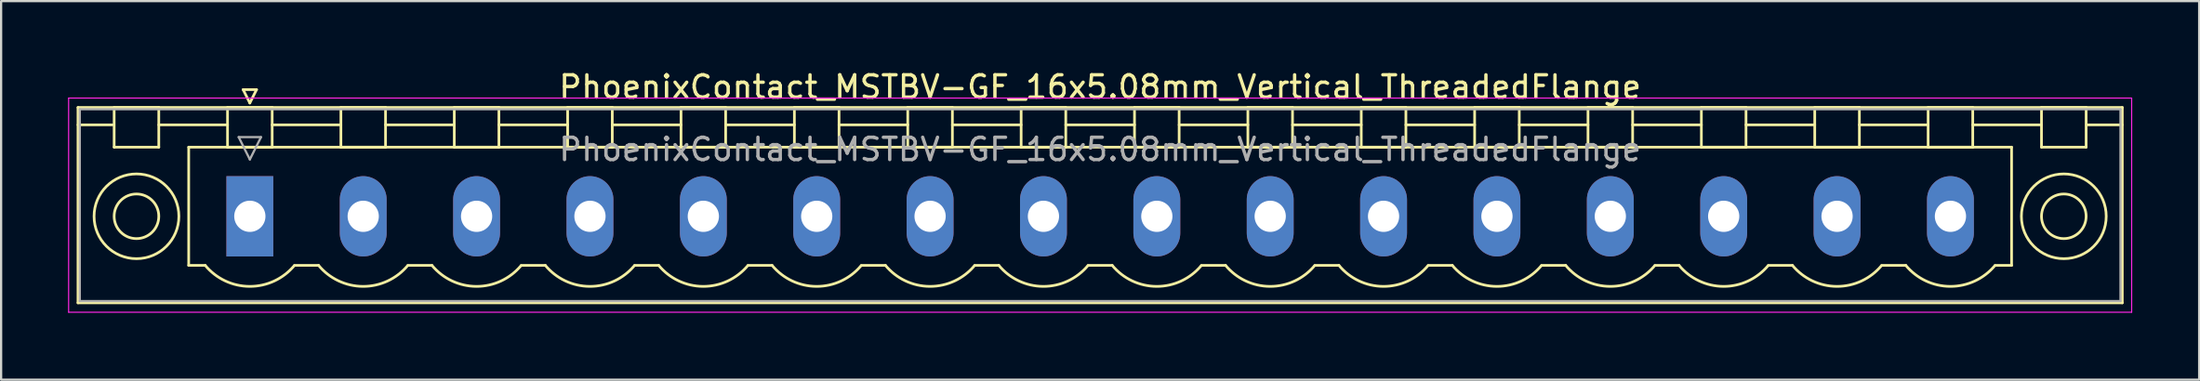
<source format=kicad_pcb>
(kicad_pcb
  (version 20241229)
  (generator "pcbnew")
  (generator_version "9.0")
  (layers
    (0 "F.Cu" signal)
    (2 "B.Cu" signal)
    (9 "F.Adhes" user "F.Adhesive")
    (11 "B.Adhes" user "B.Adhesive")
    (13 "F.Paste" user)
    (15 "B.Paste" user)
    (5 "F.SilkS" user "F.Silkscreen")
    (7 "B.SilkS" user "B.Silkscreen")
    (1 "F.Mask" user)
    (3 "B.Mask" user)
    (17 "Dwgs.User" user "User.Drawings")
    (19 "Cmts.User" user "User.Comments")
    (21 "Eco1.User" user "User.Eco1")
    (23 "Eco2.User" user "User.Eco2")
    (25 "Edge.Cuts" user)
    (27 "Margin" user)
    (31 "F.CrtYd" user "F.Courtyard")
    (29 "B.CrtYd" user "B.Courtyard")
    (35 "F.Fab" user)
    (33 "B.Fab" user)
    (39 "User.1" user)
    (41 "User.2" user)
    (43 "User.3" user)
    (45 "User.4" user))
  (footprint "PhoenixContact_MSTBV-GF_16x5.08mm_Vertical_ThreadedFlange"
    (layer "F.Cu")
    (at 8.145 6.648)
    (property "Reference" "PhoenixContact_MSTBV-GF_16x5.08mm_Vertical_ThreadedFlange" (at 38.1 -5.8 0) (layer "F.SilkS") (effects (font (size 1 1) (thickness 0.15))))
    (attr through_hole)
    (fp_line (start -7.7 -4.88) (end -7.7 3.88) (stroke (width 0.12) (type solid)) (layer "F.SilkS"))
    (fp_line (start -7.7 -4.1) (end -6.16 -4.1) (stroke (width 0.12) (type solid)) (layer "F.SilkS"))
    (fp_line (start -7.7 3.88) (end 83.9 3.88) (stroke (width 0.12) (type solid)) (layer "F.SilkS"))
    (fp_line (start -6.08 -4.88) (end -4.08 -4.88) (stroke (width 0.12) (type solid)) (layer "F.SilkS"))
    (fp_line (start -6.08 -3.1) (end -6.08 -4.88) (stroke (width 0.12) (type solid)) (layer "F.SilkS"))
    (fp_line (start -4.08 -4.88) (end -4.08 -3.1) (stroke (width 0.12) (type solid)) (layer "F.SilkS"))
    (fp_line (start -4.08 -4.1) (end -1 -4.1) (stroke (width 0.12) (type solid)) (layer "F.SilkS"))
    (fp_line (start -4.08 -3.1) (end -6.08 -3.1) (stroke (width 0.12) (type solid)) (layer "F.SilkS"))
    (fp_line (start -2.74 -3.1) (end 78.94 -3.1) (stroke (width 0.12) (type solid)) (layer "F.SilkS"))
    (fp_line (start -2.74 2.2) (end -2.74 -3.1) (stroke (width 0.12) (type solid)) (layer "F.SilkS"))
    (fp_line (start -2 2.2) (end -2.74 2.2) (stroke (width 0.12) (type solid)) (layer "F.SilkS"))
    (fp_line (start -1 -4.88) (end 1 -4.88) (stroke (width 0.12) (type solid)) (layer "F.SilkS"))
    (fp_line (start -1 -3.1) (end -1 -4.88) (stroke (width 0.12) (type solid)) (layer "F.SilkS"))
    (fp_line (start -0.3 -5.68) (end 0.3 -5.68) (stroke (width 0.12) (type solid)) (layer "F.SilkS"))
    (fp_line (start 0 -5.08) (end -0.3 -5.68) (stroke (width 0.12) (type solid)) (layer "F.SilkS"))
    (fp_line (start 0.3 -5.68) (end 0 -5.08) (stroke (width 0.12) (type solid)) (layer "F.SilkS"))
    (fp_line (start 1 -4.88) (end 1 -3.1) (stroke (width 0.12) (type solid)) (layer "F.SilkS"))
    (fp_line (start 1 -4.1) (end 4.08 -4.1) (stroke (width 0.12) (type solid)) (layer "F.SilkS"))
    (fp_line (start 1 -3.1) (end -1 -3.1) (stroke (width 0.12) (type solid)) (layer "F.SilkS"))
    (fp_line (start 2 2.2) (end 3.08 2.2) (stroke (width 0.12) (type solid)) (layer "F.SilkS"))
    (fp_line (start 4.08 -4.88) (end 6.08 -4.88) (stroke (width 0.12) (type solid)) (layer "F.SilkS"))
    (fp_line (start 4.08 -3.1) (end 4.08 -4.88) (stroke (width 0.12) (type solid)) (layer "F.SilkS"))
    (fp_line (start 6.08 -4.88) (end 6.08 -3.1) (stroke (width 0.12) (type solid)) (layer "F.SilkS"))
    (fp_line (start 6.08 -4.1) (end 9.16 -4.1) (stroke (width 0.12) (type solid)) (layer "F.SilkS"))
    (fp_line (start 6.08 -3.1) (end 4.08 -3.1) (stroke (width 0.12) (type solid)) (layer "F.SilkS"))
    (fp_line (start 7.08 2.2) (end 8.16 2.2) (stroke (width 0.12) (type solid)) (layer "F.SilkS"))
    (fp_line (start 9.16 -4.88) (end 11.16 -4.88) (stroke (width 0.12) (type solid)) (layer "F.SilkS"))
    (fp_line (start 9.16 -3.1) (end 9.16 -4.88) (stroke (width 0.12) (type solid)) (layer "F.SilkS"))
    (fp_line (start 11.16 -4.88) (end 11.16 -3.1) (stroke (width 0.12) (type solid)) (layer "F.SilkS"))
    (fp_line (start 11.16 -4.1) (end 14.24 -4.1) (stroke (width 0.12) (type solid)) (layer "F.SilkS"))
    (fp_line (start 11.16 -3.1) (end 9.16 -3.1) (stroke (width 0.12) (type solid)) (layer "F.SilkS"))
    (fp_line (start 12.16 2.2) (end 13.24 2.2) (stroke (width 0.12) (type solid)) (layer "F.SilkS"))
    (fp_line (start 14.24 -4.88) (end 16.24 -4.88) (stroke (width 0.12) (type solid)) (layer "F.SilkS"))
    (fp_line (start 14.24 -3.1) (end 14.24 -4.88) (stroke (width 0.12) (type solid)) (layer "F.SilkS"))
    (fp_line (start 16.24 -4.88) (end 16.24 -3.1) (stroke (width 0.12) (type solid)) (layer "F.SilkS"))
    (fp_line (start 16.24 -4.1) (end 19.32 -4.1) (stroke (width 0.12) (type solid)) (layer "F.SilkS"))
    (fp_line (start 16.24 -3.1) (end 14.24 -3.1) (stroke (width 0.12) (type solid)) (layer "F.SilkS"))
    (fp_line (start 17.24 2.2) (end 18.32 2.2) (stroke (width 0.12) (type solid)) (layer "F.SilkS"))
    (fp_line (start 19.32 -4.88) (end 21.32 -4.88) (stroke (width 0.12) (type solid)) (layer "F.SilkS"))
    (fp_line (start 19.32 -3.1) (end 19.32 -4.88) (stroke (width 0.12) (type solid)) (layer "F.SilkS"))
    (fp_line (start 21.32 -4.88) (end 21.32 -3.1) (stroke (width 0.12) (type solid)) (layer "F.SilkS"))
    (fp_line (start 21.32 -4.1) (end 24.4 -4.1) (stroke (width 0.12) (type solid)) (layer "F.SilkS"))
    (fp_line (start 21.32 -3.1) (end 19.32 -3.1) (stroke (width 0.12) (type solid)) (layer "F.SilkS"))
    (fp_line (start 22.32 2.2) (end 23.4 2.2) (stroke (width 0.12) (type solid)) (layer "F.SilkS"))
    (fp_line (start 24.4 -4.88) (end 26.4 -4.88) (stroke (width 0.12) (type solid)) (layer "F.SilkS"))
    (fp_line (start 24.4 -3.1) (end 24.4 -4.88) (stroke (width 0.12) (type solid)) (layer "F.SilkS"))
    (fp_line (start 26.4 -4.88) (end 26.4 -3.1) (stroke (width 0.12) (type solid)) (layer "F.SilkS"))
    (fp_line (start 26.4 -4.1) (end 29.48 -4.1) (stroke (width 0.12) (type solid)) (layer "F.SilkS"))
    (fp_line (start 26.4 -3.1) (end 24.4 -3.1) (stroke (width 0.12) (type solid)) (layer "F.SilkS"))
    (fp_line (start 27.4 2.2) (end 28.48 2.2) (stroke (width 0.12) (type solid)) (layer "F.SilkS"))
    (fp_line (start 29.48 -4.88) (end 31.48 -4.88) (stroke (width 0.12) (type solid)) (layer "F.SilkS"))
    (fp_line (start 29.48 -3.1) (end 29.48 -4.88) (stroke (width 0.12) (type solid)) (layer "F.SilkS"))
    (fp_line (start 31.48 -4.88) (end 31.48 -3.1) (stroke (width 0.12) (type solid)) (layer "F.SilkS"))
    (fp_line (start 31.48 -4.1) (end 34.56 -4.1) (stroke (width 0.12) (type solid)) (layer "F.SilkS"))
    (fp_line (start 31.48 -3.1) (end 29.48 -3.1) (stroke (width 0.12) (type solid)) (layer "F.SilkS"))
    (fp_line (start 32.48 2.2) (end 33.56 2.2) (stroke (width 0.12) (type solid)) (layer "F.SilkS"))
    (fp_line (start 34.56 -4.88) (end 36.56 -4.88) (stroke (width 0.12) (type solid)) (layer "F.SilkS"))
    (fp_line (start 34.56 -3.1) (end 34.56 -4.88) (stroke (width 0.12) (type solid)) (layer "F.SilkS"))
    (fp_line (start 36.56 -4.88) (end 36.56 -3.1) (stroke (width 0.12) (type solid)) (layer "F.SilkS"))
    (fp_line (start 36.56 -4.1) (end 39.64 -4.1) (stroke (width 0.12) (type solid)) (layer "F.SilkS"))
    (fp_line (start 36.56 -3.1) (end 34.56 -3.1) (stroke (width 0.12) (type solid)) (layer "F.SilkS"))
    (fp_line (start 37.56 2.2) (end 38.64 2.2) (stroke (width 0.12) (type solid)) (layer "F.SilkS"))
    (fp_line (start 39.64 -4.88) (end 41.64 -4.88) (stroke (width 0.12) (type solid)) (layer "F.SilkS"))
    (fp_line (start 39.64 -3.1) (end 39.64 -4.88) (stroke (width 0.12) (type solid)) (layer "F.SilkS"))
    (fp_line (start 41.64 -4.88) (end 41.64 -3.1) (stroke (width 0.12) (type solid)) (layer "F.SilkS"))
    (fp_line (start 41.64 -4.1) (end 44.72 -4.1) (stroke (width 0.12) (type solid)) (layer "F.SilkS"))
    (fp_line (start 41.64 -3.1) (end 39.64 -3.1) (stroke (width 0.12) (type solid)) (layer "F.SilkS"))
    (fp_line (start 42.64 2.2) (end 43.72 2.2) (stroke (width 0.12) (type solid)) (layer "F.SilkS"))
    (fp_line (start 44.72 -4.88) (end 46.72 -4.88) (stroke (width 0.12) (type solid)) (layer "F.SilkS"))
    (fp_line (start 44.72 -3.1) (end 44.72 -4.88) (stroke (width 0.12) (type solid)) (layer "F.SilkS"))
    (fp_line (start 46.72 -4.88) (end 46.72 -3.1) (stroke (width 0.12) (type solid)) (layer "F.SilkS"))
    (fp_line (start 46.72 -4.1) (end 49.8 -4.1) (stroke (width 0.12) (type solid)) (layer "F.SilkS"))
    (fp_line (start 46.72 -3.1) (end 44.72 -3.1) (stroke (width 0.12) (type solid)) (layer "F.SilkS"))
    (fp_line (start 47.72 2.2) (end 48.8 2.2) (stroke (width 0.12) (type solid)) (layer "F.SilkS"))
    (fp_line (start 49.8 -4.88) (end 51.8 -4.88) (stroke (width 0.12) (type solid)) (layer "F.SilkS"))
    (fp_line (start 49.8 -3.1) (end 49.8 -4.88) (stroke (width 0.12) (type solid)) (layer "F.SilkS"))
    (fp_line (start 51.8 -4.88) (end 51.8 -3.1) (stroke (width 0.12) (type solid)) (layer "F.SilkS"))
    (fp_line (start 51.8 -4.1) (end 54.88 -4.1) (stroke (width 0.12) (type solid)) (layer "F.SilkS"))
    (fp_line (start 51.8 -3.1) (end 49.8 -3.1) (stroke (width 0.12) (type solid)) (layer "F.SilkS"))
    (fp_line (start 52.8 2.2) (end 53.88 2.2) (stroke (width 0.12) (type solid)) (layer "F.SilkS"))
    (fp_line (start 54.88 -4.88) (end 56.88 -4.88) (stroke (width 0.12) (type solid)) (layer "F.SilkS"))
    (fp_line (start 54.88 -3.1) (end 54.88 -4.88) (stroke (width 0.12) (type solid)) (layer "F.SilkS"))
    (fp_line (start 56.88 -4.88) (end 56.88 -3.1) (stroke (width 0.12) (type solid)) (layer "F.SilkS"))
    (fp_line (start 56.88 -4.1) (end 59.96 -4.1) (stroke (width 0.12) (type solid)) (layer "F.SilkS"))
    (fp_line (start 56.88 -3.1) (end 54.88 -3.1) (stroke (width 0.12) (type solid)) (layer "F.SilkS"))
    (fp_line (start 57.88 2.2) (end 58.96 2.2) (stroke (width 0.12) (type solid)) (layer "F.SilkS"))
    (fp_line (start 59.96 -4.88) (end 61.96 -4.88) (stroke (width 0.12) (type solid)) (layer "F.SilkS"))
    (fp_line (start 59.96 -3.1) (end 59.96 -4.88) (stroke (width 0.12) (type solid)) (layer "F.SilkS"))
    (fp_line (start 61.96 -4.88) (end 61.96 -3.1) (stroke (width 0.12) (type solid)) (layer "F.SilkS"))
    (fp_line (start 61.96 -4.1) (end 65.04 -4.1) (stroke (width 0.12) (type solid)) (layer "F.SilkS"))
    (fp_line (start 61.96 -3.1) (end 59.96 -3.1) (stroke (width 0.12) (type solid)) (layer "F.SilkS"))
    (fp_line (start 62.96 2.2) (end 64.04 2.2) (stroke (width 0.12) (type solid)) (layer "F.SilkS"))
    (fp_line (start 65.04 -4.88) (end 67.04 -4.88) (stroke (width 0.12) (type solid)) (layer "F.SilkS"))
    (fp_line (start 65.04 -3.1) (end 65.04 -4.88) (stroke (width 0.12) (type solid)) (layer "F.SilkS"))
    (fp_line (start 67.04 -4.88) (end 67.04 -3.1) (stroke (width 0.12) (type solid)) (layer "F.SilkS"))
    (fp_line (start 67.04 -4.1) (end 70.12 -4.1) (stroke (width 0.12) (type solid)) (layer "F.SilkS"))
    (fp_line (start 67.04 -3.1) (end 65.04 -3.1) (stroke (width 0.12) (type solid)) (layer "F.SilkS"))
    (fp_line (start 68.04 2.2) (end 69.12 2.2) (stroke (width 0.12) (type solid)) (layer "F.SilkS"))
    (fp_line (start 70.12 -4.88) (end 72.12 -4.88) (stroke (width 0.12) (type solid)) (layer "F.SilkS"))
    (fp_line (start 70.12 -3.1) (end 70.12 -4.88) (stroke (width 0.12) (type solid)) (layer "F.SilkS"))
    (fp_line (start 72.12 -4.88) (end 72.12 -3.1) (stroke (width 0.12) (type solid)) (layer "F.SilkS"))
    (fp_line (start 72.12 -4.1) (end 75.2 -4.1) (stroke (width 0.12) (type solid)) (layer "F.SilkS"))
    (fp_line (start 72.12 -3.1) (end 70.12 -3.1) (stroke (width 0.12) (type solid)) (layer "F.SilkS"))
    (fp_line (start 73.12 2.2) (end 74.2 2.2) (stroke (width 0.12) (type solid)) (layer "F.SilkS"))
    (fp_line (start 75.2 -4.88) (end 77.2 -4.88) (stroke (width 0.12) (type solid)) (layer "F.SilkS"))
    (fp_line (start 75.2 -3.1) (end 75.2 -4.88) (stroke (width 0.12) (type solid)) (layer "F.SilkS"))
    (fp_line (start 77.2 -4.88) (end 77.2 -3.1) (stroke (width 0.12) (type solid)) (layer "F.SilkS"))
    (fp_line (start 77.2 -4.1) (end 80.28 -4.1) (stroke (width 0.12) (type solid)) (layer "F.SilkS"))
    (fp_line (start 77.2 -3.1) (end 75.2 -3.1) (stroke (width 0.12) (type solid)) (layer "F.SilkS"))
    (fp_line (start 78.94 -3.1) (end 78.94 2.2) (stroke (width 0.12) (type solid)) (layer "F.SilkS"))
    (fp_line (start 78.94 2.2) (end 78.2 2.2) (stroke (width 0.12) (type solid)) (layer "F.SilkS"))
    (fp_line (start 80.28 -4.88) (end 82.28 -4.88) (stroke (width 0.12) (type solid)) (layer "F.SilkS"))
    (fp_line (start 80.28 -3.1) (end 80.28 -4.88) (stroke (width 0.12) (type solid)) (layer "F.SilkS"))
    (fp_line (start 82.28 -4.88) (end 82.28 -3.1) (stroke (width 0.12) (type solid)) (layer "F.SilkS"))
    (fp_line (start 82.28 -3.1) (end 80.28 -3.1) (stroke (width 0.12) (type solid)) (layer "F.SilkS"))
    (fp_line (start 83.9 -4.88) (end -7.7 -4.88) (stroke (width 0.12) (type solid)) (layer "F.SilkS"))
    (fp_line (start 83.9 -4.1) (end 82.36 -4.1) (stroke (width 0.12) (type solid)) (layer "F.SilkS"))
    (fp_line (start 83.9 3.88) (end 83.9 -4.88) (stroke (width 0.12) (type solid)) (layer "F.SilkS"))
    (fp_arc (start 1.986842 2.215821) (mid -0.010289 3.142758) (end -2 2.2) (stroke (width 0.12) (type solid)) (layer "F.SilkS"))
    (fp_arc (start 7.066842 2.215821) (mid 5.069711 3.142758) (end 3.08 2.2) (stroke (width 0.12) (type solid)) (layer "F.SilkS"))
    (fp_arc (start 12.146842 2.215821) (mid 10.149711 3.142758) (end 8.16 2.2) (stroke (width 0.12) (type solid)) (layer "F.SilkS"))
    (fp_arc (start 17.226842 2.215821) (mid 15.229711 3.142758) (end 13.24 2.2) (stroke (width 0.12) (type solid)) (layer "F.SilkS"))
    (fp_arc (start 22.306842 2.215821) (mid 20.309711 3.142758) (end 18.32 2.2) (stroke (width 0.12) (type solid)) (layer "F.SilkS"))
    (fp_arc (start 27.386842 2.215821) (mid 25.389711 3.142758) (end 23.4 2.2) (stroke (width 0.12) (type solid)) (layer "F.SilkS"))
    (fp_arc (start 32.466842 2.215821) (mid 30.469711 3.142758) (end 28.48 2.2) (stroke (width 0.12) (type solid)) (layer "F.SilkS"))
    (fp_arc (start 37.546842 2.215821) (mid 35.549711 3.142758) (end 33.56 2.2) (stroke (width 0.12) (type solid)) (layer "F.SilkS"))
    (fp_arc (start 42.626842 2.215821) (mid 40.629711 3.142758) (end 38.64 2.2) (stroke (width 0.12) (type solid)) (layer "F.SilkS"))
    (fp_arc (start 47.706842 2.215821) (mid 45.709711 3.142758) (end 43.72 2.2) (stroke (width 0.12) (type solid)) (layer "F.SilkS"))
    (fp_arc (start 52.786842 2.215821) (mid 50.789711 3.142758) (end 48.8 2.2) (stroke (width 0.12) (type solid)) (layer "F.SilkS"))
    (fp_arc (start 57.866842 2.215821) (mid 55.869711 3.142758) (end 53.88 2.2) (stroke (width 0.12) (type solid)) (layer "F.SilkS"))
    (fp_arc (start 62.946842 2.215821) (mid 60.949711 3.142758) (end 58.96 2.2) (stroke (width 0.12) (type solid)) (layer "F.SilkS"))
    (fp_arc (start 68.026842 2.215821) (mid 66.029711 3.142758) (end 64.04 2.2) (stroke (width 0.12) (type solid)) (layer "F.SilkS"))
    (fp_arc (start 73.106842 2.215821) (mid 71.109711 3.142758) (end 69.12 2.2) (stroke (width 0.12) (type solid)) (layer "F.SilkS"))
    (fp_arc (start 78.186842 2.215821) (mid 76.189711 3.142758) (end 74.2 2.2) (stroke (width 0.12) (type solid)) (layer "F.SilkS"))
    (fp_circle (center -5.08 0) (end -4.08 0) (stroke (width 0.12) (type solid)) (fill no) (layer "F.SilkS"))
    (fp_circle (center -5.08 0) (end -3.18 0) (stroke (width 0.12) (type solid)) (fill no) (layer "F.SilkS"))
    (fp_circle (center 81.28 0) (end 82.28 0) (stroke (width 0.12) (type solid)) (fill no) (layer "F.SilkS"))
    (fp_circle (center 81.28 0) (end 83.18 0) (stroke (width 0.12) (type solid)) (fill no) (layer "F.SilkS"))
    (fp_line (start -8.12 -5.3) (end -8.12 4.3) (stroke (width 0.05) (type solid)) (layer "F.CrtYd"))
    (fp_line (start -8.12 4.3) (end 84.32 4.3) (stroke (width 0.05) (type solid)) (layer "F.CrtYd"))
    (fp_line (start 84.32 -5.3) (end -8.12 -5.3) (stroke (width 0.05) (type solid)) (layer "F.CrtYd"))
    (fp_line (start 84.32 4.3) (end 84.32 -5.3) (stroke (width 0.05) (type solid)) (layer "F.CrtYd"))
    (fp_line (start -7.62 -4.8) (end -7.62 3.8) (stroke (width 0.1) (type solid)) (layer "F.Fab"))
    (fp_line (start -7.62 3.8) (end 83.82 3.8) (stroke (width 0.1) (type solid)) (layer "F.Fab"))
    (fp_line (start -0.5 -3.55) (end 0.5 -3.55) (stroke (width 0.1) (type solid)) (layer "F.Fab"))
    (fp_line (start 0 -2.55) (end -0.5 -3.55) (stroke (width 0.1) (type solid)) (layer "F.Fab"))
    (fp_line (start 0.5 -3.55) (end 0 -2.55) (stroke (width 0.1) (type solid)) (layer "F.Fab"))
    (fp_line (start 83.82 -4.8) (end -7.62 -4.8) (stroke (width 0.1) (type solid)) (layer "F.Fab"))
    (fp_line (start 83.82 3.8) (end 83.82 -4.8) (stroke (width 0.1) (type solid)) (layer "F.Fab"))
    (fp_text user "${REFERENCE}" (at 38.1 -3 0) (layer "F.Fab") (effects (font (size 1 1) (thickness 0.15))))
    (pad "1" thru_hole rect (at 0 0) (size 2.1 3.6) (drill 1.4) (layers "*.Cu" "*.Mask"))
    (pad "2" thru_hole oval (at 5.08 0) (size 2.1 3.6) (drill 1.4) (layers "*.Cu" "*.Mask"))
    (pad "3" thru_hole oval (at 10.16 0) (size 2.1 3.6) (drill 1.4) (layers "*.Cu" "*.Mask"))
    (pad "4" thru_hole oval (at 15.24 0) (size 2.1 3.6) (drill 1.4) (layers "*.Cu" "*.Mask"))
    (pad "5" thru_hole oval (at 20.32 0) (size 2.1 3.6) (drill 1.4) (layers "*.Cu" "*.Mask"))
    (pad "6" thru_hole oval (at 25.4 0) (size 2.1 3.6) (drill 1.4) (layers "*.Cu" "*.Mask"))
    (pad "7" thru_hole oval (at 30.48 0) (size 2.1 3.6) (drill 1.4) (layers "*.Cu" "*.Mask"))
    (pad "8" thru_hole oval (at 35.56 0) (size 2.1 3.6) (drill 1.4) (layers "*.Cu" "*.Mask"))
    (pad "9" thru_hole oval (at 40.64 0) (size 2.1 3.6) (drill 1.4) (layers "*.Cu" "*.Mask"))
    (pad "10" thru_hole oval (at 45.72 0) (size 2.1 3.6) (drill 1.4) (layers "*.Cu" "*.Mask"))
    (pad "11" thru_hole oval (at 50.8 0) (size 2.1 3.6) (drill 1.4) (layers "*.Cu" "*.Mask"))
    (pad "12" thru_hole oval (at 55.88 0) (size 2.1 3.6) (drill 1.4) (layers "*.Cu" "*.Mask"))
    (pad "13" thru_hole oval (at 60.96 0) (size 2.1 3.6) (drill 1.4) (layers "*.Cu" "*.Mask"))
    (pad "14" thru_hole oval (at 66.04 0) (size 2.1 3.6) (drill 1.4) (layers "*.Cu" "*.Mask"))
    (pad "15" thru_hole oval (at 71.12 0) (size 2.1 3.6) (drill 1.4) (layers "*.Cu" "*.Mask"))
    (pad "16" thru_hole oval (at 76.2 0) (size 2.1 3.6) (drill 1.4) (layers "*.Cu" "*.Mask")))
  (gr_rect
    (start -3 -3)
    (end 95.49 13.973)
    (stroke (width 0.1) (type default))
    (fill no)
    (layer "Edge.Cuts")))
</source>
